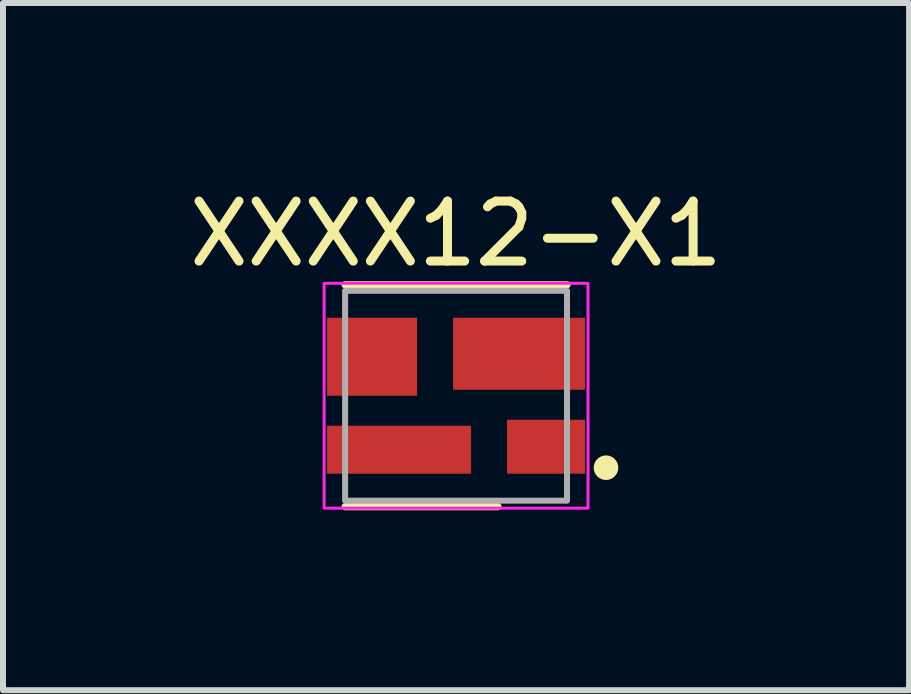
<source format=kicad_pcb>
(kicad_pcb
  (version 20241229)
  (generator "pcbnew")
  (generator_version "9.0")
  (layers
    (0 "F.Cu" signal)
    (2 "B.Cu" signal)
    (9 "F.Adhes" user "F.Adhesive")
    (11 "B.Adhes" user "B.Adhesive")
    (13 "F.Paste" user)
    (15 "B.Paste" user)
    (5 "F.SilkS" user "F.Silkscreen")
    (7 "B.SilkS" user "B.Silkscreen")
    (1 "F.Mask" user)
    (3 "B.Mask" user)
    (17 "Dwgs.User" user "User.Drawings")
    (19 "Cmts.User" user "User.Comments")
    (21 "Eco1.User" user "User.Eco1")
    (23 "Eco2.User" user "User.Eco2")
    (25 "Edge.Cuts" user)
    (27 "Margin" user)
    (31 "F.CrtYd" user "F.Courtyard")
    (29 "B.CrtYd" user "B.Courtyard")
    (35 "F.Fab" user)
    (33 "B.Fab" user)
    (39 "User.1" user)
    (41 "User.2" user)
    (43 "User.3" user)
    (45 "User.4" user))
  (footprint "XXXX12-X1"
    (layer "F.Cu")
    (at 4.554 3.548)
    (property "Reference" "XXXX12-X1" (at 0 -2.7 0) (unlocked yes) (layer "F.SilkS") (effects (font (size 1 1) (thickness 0.15))))
    (attr smd)
    (fp_line (start -1.85 -1.85) (end 1.85 -1.85) (stroke (width 0.12) (type default)) (layer "F.SilkS"))
    (fp_line (start -1.85 1.85) (end 0.7 1.85) (stroke (width 0.12) (type default)) (layer "F.SilkS"))
    (fp_circle (center 2.5 1.2) (end 2.7 1.2) (stroke (width 0.01) (type solid)) (fill yes) (layer "F.SilkS"))
    (fp_rect (start -2.2 -1.875) (end 2.2 1.875) (stroke (width 0.05) (type default)) (fill no) (layer "F.CrtYd"))
    (fp_rect (start -1.85 -1.75) (end 1.85 1.75) (stroke (width 0.1) (type default)) (fill no) (layer "F.Fab"))
    (pad "1" smd rect (at 1.5 0.85) (size 1.3 0.9) (layers "F.Cu" "F.Mask" "F.Paste"))
    (pad "2" smd rect (at 1.05 -0.7) (size 2.2 1.2) (layers "F.Cu" "F.Mask" "F.Paste"))
    (pad "3" smd rect (at -1.4 -0.65) (size 1.5 1.3) (layers "F.Cu" "F.Mask" "F.Paste"))
    (pad "4" smd rect (at -0.95 0.9) (size 2.4 0.8) (layers "F.Cu" "F.Mask" "F.Paste")))
  (gr_rect
    (start -3 -3)
    (end 12.107 8.458)
    (stroke (width 0.1) (type default))
    (fill no)
    (layer "Edge.Cuts")))
</source>
